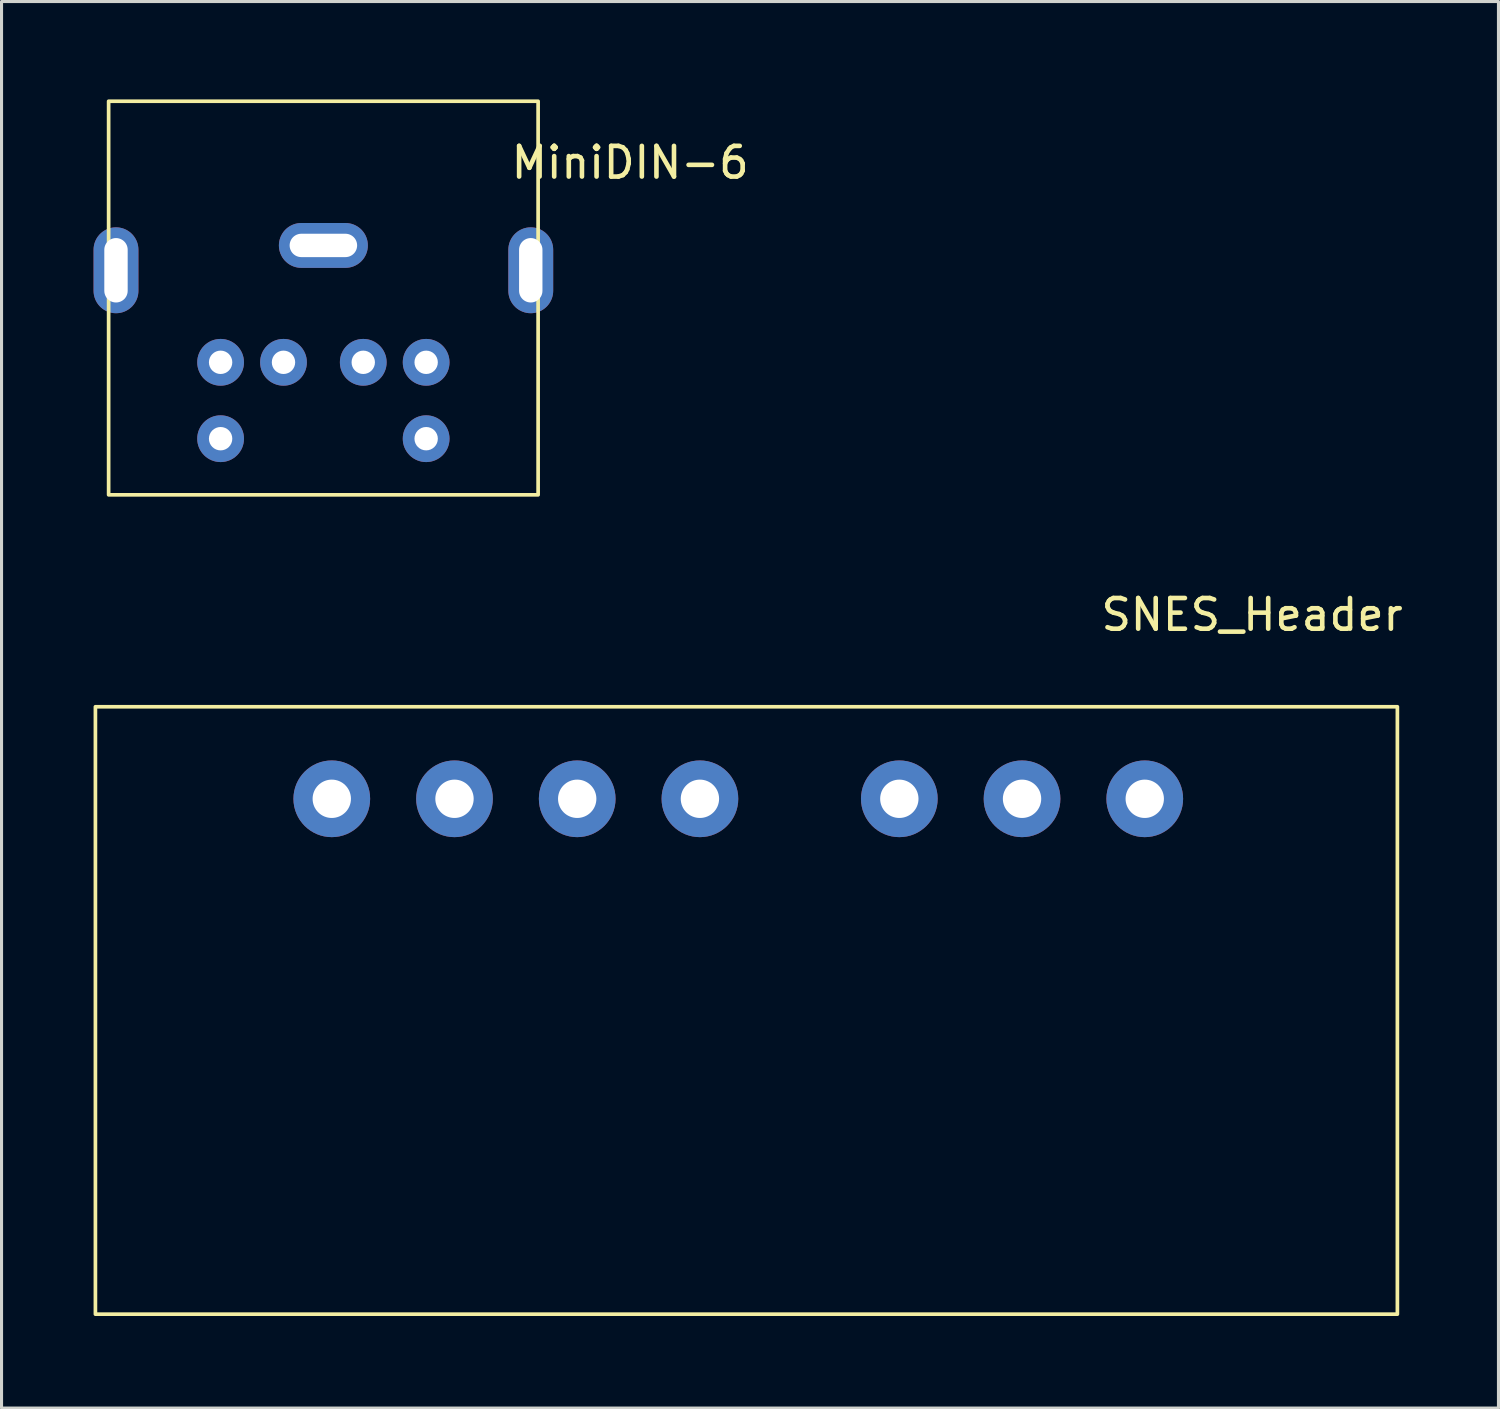
<source format=kicad_pcb>
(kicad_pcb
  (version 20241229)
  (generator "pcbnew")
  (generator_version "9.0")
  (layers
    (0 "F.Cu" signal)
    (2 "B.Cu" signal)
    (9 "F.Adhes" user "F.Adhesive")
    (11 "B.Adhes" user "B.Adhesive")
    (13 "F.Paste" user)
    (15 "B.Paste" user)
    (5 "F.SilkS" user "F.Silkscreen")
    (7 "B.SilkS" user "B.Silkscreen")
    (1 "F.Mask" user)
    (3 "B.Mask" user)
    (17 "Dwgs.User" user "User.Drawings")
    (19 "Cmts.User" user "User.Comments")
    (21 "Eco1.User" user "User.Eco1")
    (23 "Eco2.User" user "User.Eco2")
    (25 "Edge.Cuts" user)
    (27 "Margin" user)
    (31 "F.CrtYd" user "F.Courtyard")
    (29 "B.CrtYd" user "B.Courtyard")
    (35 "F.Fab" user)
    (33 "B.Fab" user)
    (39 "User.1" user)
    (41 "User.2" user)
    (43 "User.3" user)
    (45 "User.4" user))
  (footprint "MiniDIN-6"
    (layer "F.Cu")
    (at 7.491 0.25)
    (property "Reference" "MiniDIN-6" (at 10 2 0) (unlocked yes) (layer "F.SilkS") (effects (font (size 1 1) (thickness 0.15))))
    (attr through_hole)
    (fp_rect (start -7 0) (end 7 12.83) (stroke (width 0.12) (type solid)) (fill no) (layer "F.SilkS"))
    (pad "" thru_hole oval (at -6.76 5.51) (size 1.462 2.8) (drill oval 0.762 2.1) (layers "*.Cu" "*.Mask"))
    (pad "" thru_hole oval (at 0 4.7) (size 2.9 1.462) (drill oval 2.2 0.762) (layers "*.Cu" "*.Mask"))
    (pad "" thru_hole oval (at 6.76 5.51) (size 1.462 2.8) (drill oval 0.762 2.1) (layers "*.Cu" "*.Mask"))
    (pad "1" thru_hole circle (at 1.3 8.51) (size 1.524 1.524) (drill 0.762) (layers "*.Cu" "*.Mask"))
    (pad "2" thru_hole circle (at -1.3 8.51) (size 1.524 1.524) (drill 0.762) (layers "*.Cu" "*.Mask"))
    (pad "3" thru_hole circle (at 3.35 8.51) (size 1.524 1.524) (drill 0.762) (layers "*.Cu" "*.Mask"))
    (pad "4" thru_hole circle (at -3.35 8.51) (size 1.524 1.524) (drill 0.762) (layers "*.Cu" "*.Mask"))
    (pad "5" thru_hole circle (at 3.35 11) (size 1.524 1.524) (drill 0.762) (layers "*.Cu" "*.Mask"))
    (pad "6" thru_hole circle (at -3.35 11) (size 1.524 1.524) (drill 0.762) (layers "*.Cu" "*.Mask")))
  (footprint "SNES_Header"
    (layer "F.Cu")
    (at 7.765 22.988)
    (property "Reference" "SNES_Header" (at 30 -6 0) (unlocked yes) (layer "F.SilkS") (effects (font (size 1 1) (thickness 0.15))))
    (attr through_hole)
    (fp_rect (start -7.705 -3) (end 34.735 16.8) (stroke (width 0.12) (type solid)) (fill no) (layer "F.SilkS"))
    (pad "1" thru_hole circle (at 0 0) (size 2.5 2.5) (drill 1.25) (layers "*.Cu" "*.Mask"))
    (pad "2" thru_hole circle (at 4 0) (size 2.5 2.5) (drill 1.25) (layers "*.Cu" "*.Mask"))
    (pad "3" thru_hole circle (at 8 0) (size 2.5 2.5) (drill 1.25) (layers "*.Cu" "*.Mask"))
    (pad "4" thru_hole circle (at 12 0) (size 2.5 2.5) (drill 1.25) (layers "*.Cu" "*.Mask"))
    (pad "5" thru_hole circle (at 18.5 0) (size 2.5 2.5) (drill 1.25) (layers "*.Cu" "*.Mask"))
    (pad "6" thru_hole circle (at 22.5 0) (size 2.5 2.5) (drill 1.25) (layers "*.Cu" "*.Mask"))
    (pad "7" thru_hole circle (at 26.5 0) (size 2.5 2.5) (drill 1.25) (layers "*.Cu" "*.Mask")))
  (gr_rect
    (start -3 -3)
    (end 45.795 42.848)
    (stroke (width 0.1) (type default))
    (fill no)
    (layer "Edge.Cuts")))
</source>
